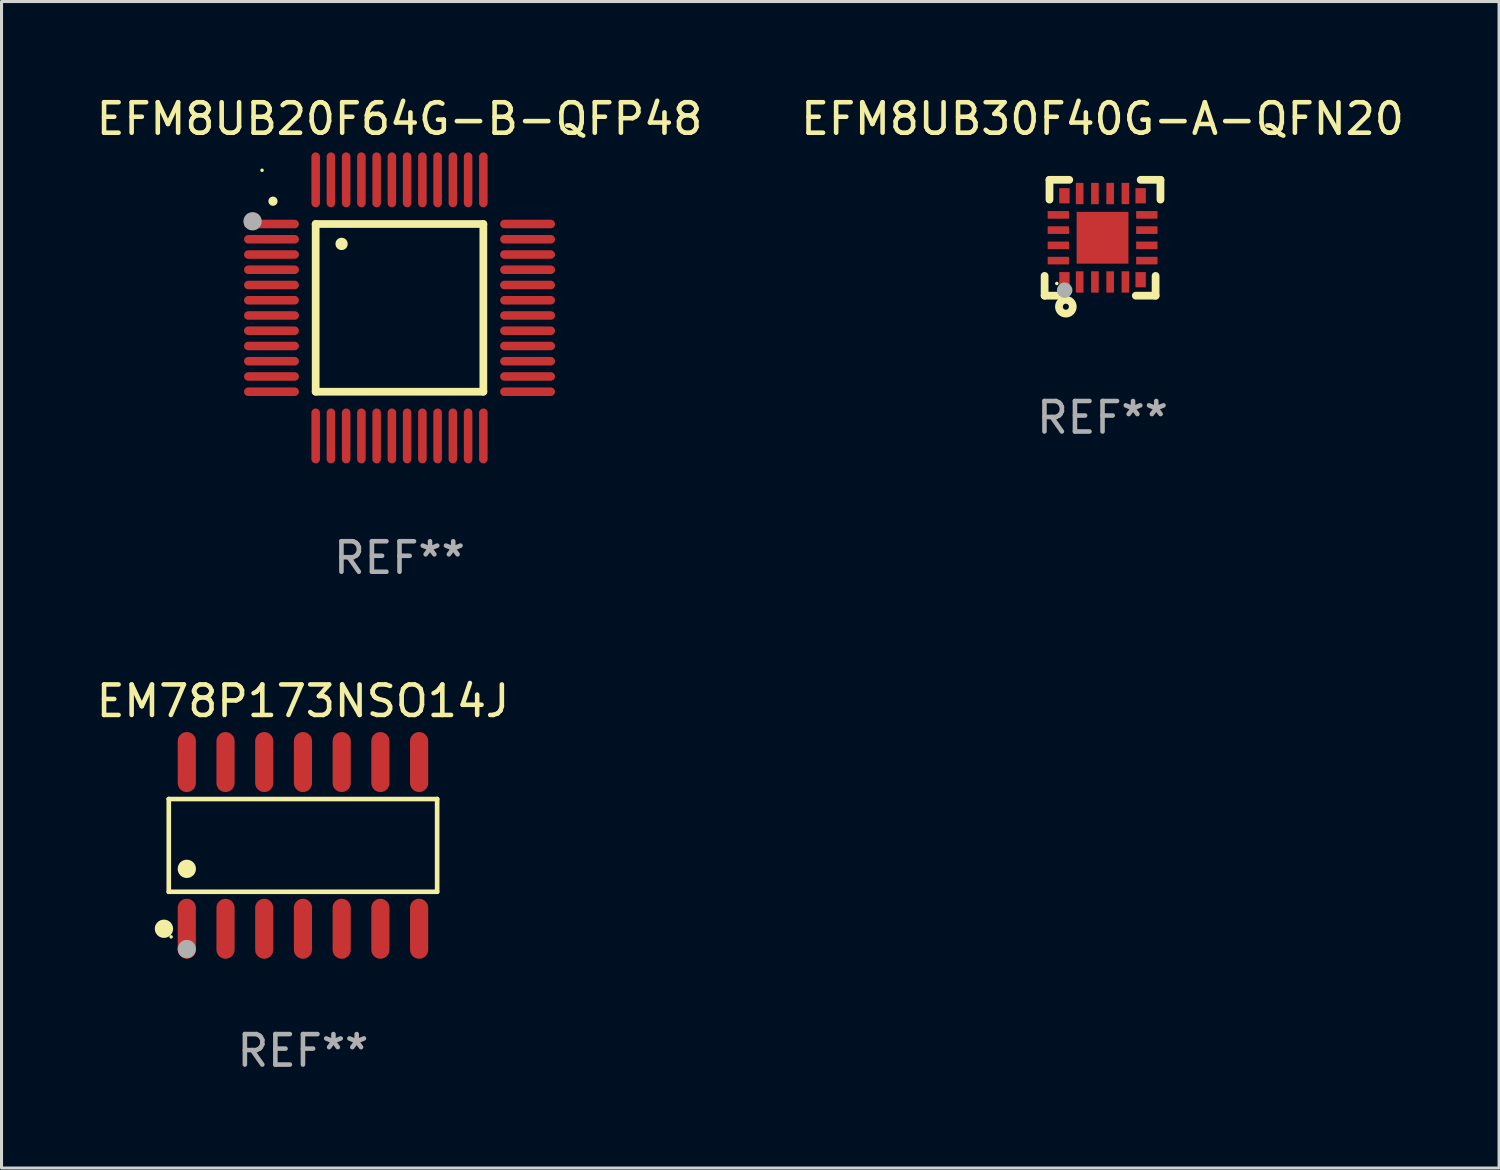
<source format=kicad_pcb>
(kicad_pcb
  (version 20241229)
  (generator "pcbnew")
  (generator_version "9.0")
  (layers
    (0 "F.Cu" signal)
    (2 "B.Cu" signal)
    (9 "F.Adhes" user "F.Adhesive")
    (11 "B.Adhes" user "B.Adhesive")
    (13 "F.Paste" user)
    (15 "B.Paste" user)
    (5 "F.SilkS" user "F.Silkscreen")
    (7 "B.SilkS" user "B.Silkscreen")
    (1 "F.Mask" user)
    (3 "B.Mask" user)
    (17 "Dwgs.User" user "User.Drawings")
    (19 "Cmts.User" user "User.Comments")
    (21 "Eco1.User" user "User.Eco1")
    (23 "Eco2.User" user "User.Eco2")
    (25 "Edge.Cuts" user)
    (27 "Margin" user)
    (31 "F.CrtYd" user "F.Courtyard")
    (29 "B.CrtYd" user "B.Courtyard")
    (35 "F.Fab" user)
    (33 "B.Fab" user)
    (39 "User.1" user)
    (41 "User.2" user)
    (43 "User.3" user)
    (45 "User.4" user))
  (footprint "EFM8UB30F40G-A-QFN20"
    (layer "F.Cu")
    (at 33.113 4.748)
    (property "Reference" "EFM8UB30F40G-A-QFN20" (at 0 -3.9 0) (layer "F.SilkS") (effects (font (size 1 1) (thickness 0.15))))
    (attr through_hole)
    (fp_line (start -1.9 1.9) (end -1.9 1.251) (stroke (width 0.254) (type solid)) (layer "F.SilkS"))
    (fp_line (start -1.9 1.9) (end -1.251 1.9) (stroke (width 0.254) (type solid)) (layer "F.SilkS"))
    (fp_line (start -1.74 -1.9) (end -1.74 -1.251) (stroke (width 0.254) (type solid)) (layer "F.SilkS"))
    (fp_line (start -1.74 -1.9) (end -1.091 -1.9) (stroke (width 0.254) (type solid)) (layer "F.SilkS"))
    (fp_line (start 1.74 1.9) (end 1.091 1.9) (stroke (width 0.254) (type solid)) (layer "F.SilkS"))
    (fp_line (start 1.74 1.9) (end 1.74 1.251) (stroke (width 0.254) (type solid)) (layer "F.SilkS"))
    (fp_line (start 1.9 -1.9) (end 1.251 -1.9) (stroke (width 0.254) (type solid)) (layer "F.SilkS"))
    (fp_line (start 1.9 -1.9) (end 1.9 -1.251) (stroke (width 0.254) (type solid)) (layer "F.SilkS"))
    (fp_circle (center -1.5 1.5) (end -1.47 1.5) (stroke (width 0.06) (type solid)) (fill no) (layer "F.SilkS"))
    (fp_circle (center -1.203 2.262) (end -1.103 2.262) (stroke (width 0.254) (type solid)) (fill no) (layer "F.SilkS"))
    (fp_circle (center -1.243 1.721) (end -1.116 1.721) (stroke (width 0.254) (type solid)) (fill no) (layer "F.Fab"))
    (fp_text user "REF**" (at 0 5.9 0) (layer "F.Fab") (effects (font (size 1 1) (thickness 0.15))))
    (pad "1" smd rect (at -1.25 1.377) (size 0.34 0.5) (layers "F.Cu" "F.Mask" "F.Paste"))
    (pad "2" smd rect (at -0.75 1.45) (size 0.25 0.7) (layers "F.Cu" "F.Mask" "F.Paste"))
    (pad "3" smd rect (at -0.25 1.45) (size 0.25 0.7) (layers "F.Cu" "F.Mask" "F.Paste"))
    (pad "4" smd rect (at 0.25 1.45) (size 0.25 0.7) (layers "F.Cu" "F.Mask" "F.Paste"))
    (pad "5" smd rect (at 0.75 1.45) (size 0.25 0.7) (layers "F.Cu" "F.Mask" "F.Paste"))
    (pad "6" smd rect (at 1.25 1.377) (size 0.34 0.5) (layers "F.Cu" "F.Mask" "F.Paste"))
    (pad "7" smd rect (at 1.453 0.75) (size 0.7 0.25) (layers "F.Cu" "F.Mask" "F.Paste"))
    (pad "8" smd rect (at 1.453 0.25) (size 0.7 0.25) (layers "F.Cu" "F.Mask" "F.Paste"))
    (pad "9" smd rect (at 1.453 -0.25) (size 0.7 0.25) (layers "F.Cu" "F.Mask" "F.Paste"))
    (pad "10" smd rect (at 1.453 -0.75) (size 0.7 0.25) (layers "F.Cu" "F.Mask" "F.Paste"))
    (pad "11" smd rect (at 1.25 -1.377) (size 0.34 0.5) (layers "F.Cu" "F.Mask" "F.Paste"))
    (pad "12" smd rect (at 0.75 -1.45) (size 0.25 0.7) (layers "F.Cu" "F.Mask" "F.Paste"))
    (pad "13" smd rect (at 0.25 -1.45) (size 0.25 0.7) (layers "F.Cu" "F.Mask" "F.Paste"))
    (pad "14" smd rect (at -0.25 -1.45) (size 0.25 0.7) (layers "F.Cu" "F.Mask" "F.Paste"))
    (pad "15" smd rect (at -0.75 -1.45) (size 0.25 0.7) (layers "F.Cu" "F.Mask" "F.Paste"))
    (pad "16" smd rect (at -1.25 -1.377) (size 0.34 0.5) (layers "F.Cu" "F.Mask" "F.Paste"))
    (pad "17" smd rect (at -1.45 -0.75) (size 0.7 0.25) (layers "F.Cu" "F.Mask" "F.Paste"))
    (pad "18" smd rect (at -1.45 -0.25) (size 0.7 0.25) (layers "F.Cu" "F.Mask" "F.Paste"))
    (pad "19" smd rect (at -1.45 0.25) (size 0.7 0.25) (layers "F.Cu" "F.Mask" "F.Paste"))
    (pad "20" smd rect (at -1.45 0.75) (size 0.7 0.25) (layers "F.Cu" "F.Mask" "F.Paste"))
    (pad "21" smd rect (at 0 0) (size 1.7 1.7) (layers "F.Cu" "F.Mask" "F.Paste")))
  (footprint "EM78P173NSO14J"
    (layer "F.Cu")
    (at 6.887 24.679)
    (property "Reference" "EM78P173NSO14J" (at 0 -4.734 0) (layer "F.SilkS") (effects (font (size 1 1) (thickness 0.15))))
    (attr through_hole)
    (fp_line (start -4.401 -1.521) (end 4.401 -1.521) (stroke (width 0.152) (type solid)) (layer "F.SilkS"))
    (fp_line (start -4.401 1.521) (end -4.401 -1.521) (stroke (width 0.152) (type solid)) (layer "F.SilkS"))
    (fp_line (start 4.401 -1.521) (end 4.401 1.521) (stroke (width 0.152) (type solid)) (layer "F.SilkS"))
    (fp_line (start 4.401 1.521) (end -4.401 1.521) (stroke (width 0.152) (type solid)) (layer "F.SilkS"))
    (fp_circle (center -4.56 2.734) (end -4.41 2.734) (stroke (width 0.3) (type solid)) (fill no) (layer "F.SilkS"))
    (fp_circle (center -4.325 3) (end -4.295 3) (stroke (width 0.06) (type solid)) (fill no) (layer "F.SilkS"))
    (fp_circle (center -3.81 0.769) (end -3.66 0.769) (stroke (width 0.3) (type solid)) (fill no) (layer "F.SilkS"))
    (fp_circle (center -3.81 3.4) (end -3.66 3.4) (stroke (width 0.3) (type solid)) (fill no) (layer "F.Fab"))
    (fp_text user "REF**" (at 0 6.734 0) (layer "F.Fab") (effects (font (size 1 1) (thickness 0.15))))
    (pad "1" smd oval (at -3.81 2.734) (size 0.595 1.968) (layers "F.Cu" "F.Mask" "F.Paste"))
    (pad "2" smd oval (at -2.54 2.734) (size 0.595 1.968) (layers "F.Cu" "F.Mask" "F.Paste"))
    (pad "3" smd oval (at -1.27 2.734) (size 0.595 1.968) (layers "F.Cu" "F.Mask" "F.Paste"))
    (pad "4" smd oval (at 0 2.734) (size 0.595 1.968) (layers "F.Cu" "F.Mask" "F.Paste"))
    (pad "5" smd oval (at 1.27 2.734) (size 0.595 1.968) (layers "F.Cu" "F.Mask" "F.Paste"))
    (pad "6" smd oval (at 2.54 2.734) (size 0.595 1.968) (layers "F.Cu" "F.Mask" "F.Paste"))
    (pad "7" smd oval (at 3.81 2.734) (size 0.595 1.968) (layers "F.Cu" "F.Mask" "F.Paste"))
    (pad "8" smd oval (at 3.81 -2.734) (size 0.595 1.968) (layers "F.Cu" "F.Mask" "F.Paste"))
    (pad "9" smd oval (at 2.54 -2.734) (size 0.595 1.968) (layers "F.Cu" "F.Mask" "F.Paste"))
    (pad "10" smd oval (at 1.27 -2.734) (size 0.595 1.968) (layers "F.Cu" "F.Mask" "F.Paste"))
    (pad "11" smd oval (at 0 -2.734) (size 0.595 1.968) (layers "F.Cu" "F.Mask" "F.Paste"))
    (pad "12" smd oval (at -1.27 -2.734) (size 0.595 1.968) (layers "F.Cu" "F.Mask" "F.Paste"))
    (pad "13" smd oval (at -2.54 -2.734) (size 0.595 1.968) (layers "F.Cu" "F.Mask" "F.Paste"))
    (pad "14" smd oval (at -3.81 -2.734) (size 0.595 1.968) (layers "F.Cu" "F.Mask" "F.Paste")))
  (footprint "EFM8UB20F64G-B-QFP48"
    (layer "F.Cu")
    (at 10.054 7.048)
    (property "Reference" "EFM8UB20F64G-B-QFP48" (at 0 -6.2 0) (layer "F.SilkS") (effects (font (size 1 1) (thickness 0.15))))
    (attr through_hole)
    (fp_line (start -2.75 -2.75) (end 2.75 -2.75) (stroke (width 0.254) (type solid)) (layer "F.SilkS"))
    (fp_line (start -2.75 2.75) (end -2.75 -2.75) (stroke (width 0.254) (type solid)) (layer "F.SilkS"))
    (fp_line (start 2.75 -2.75) (end 2.75 2.75) (stroke (width 0.254) (type solid)) (layer "F.SilkS"))
    (fp_line (start 2.75 2.75) (end -2.75 2.75) (stroke (width 0.254) (type solid)) (layer "F.SilkS"))
    (fp_arc (start -4.150368 -3.497587) (mid -4.150373 -3.498857) (end -4.150368 -3.500127) (stroke (width 0.3) (type solid)) (layer "F.SilkS"))
    (fp_arc (start -1.899924 -2.095504) (mid -1.89994 -2.098044) (end -1.899924 -2.100584) (stroke (width 0.4) (type solid)) (layer "F.SilkS"))
    (fp_circle (center -4.509 -4.513) (end -4.479 -4.513) (stroke (width 0.06) (type solid)) (fill no) (layer "F.SilkS"))
    (fp_circle (center -4.82 -2.84) (end -4.67 -2.84) (stroke (width 0.3) (type solid)) (fill no) (layer "F.Fab"))
    (fp_text user "REF**" (at 0 8.2 0) (layer "F.Fab") (effects (font (size 1 1) (thickness 0.15))))
    (pad "1" smd oval (at -4.2 -2.75 90) (size 0.28 1.8) (layers "F.Cu" "F.Mask" "F.Paste"))
    (pad "2" smd oval (at -4.2 -2.25 90) (size 0.28 1.8) (layers "F.Cu" "F.Mask" "F.Paste"))
    (pad "3" smd oval (at -4.2 -1.75 90) (size 0.28 1.8) (layers "F.Cu" "F.Mask" "F.Paste"))
    (pad "4" smd oval (at -4.2 -1.25 90) (size 0.28 1.8) (layers "F.Cu" "F.Mask" "F.Paste"))
    (pad "5" smd oval (at -4.2 -0.75 90) (size 0.28 1.8) (layers "F.Cu" "F.Mask" "F.Paste"))
    (pad "6" smd oval (at -4.2 -0.25 90) (size 0.28 1.8) (layers "F.Cu" "F.Mask" "F.Paste"))
    (pad "7" smd oval (at -4.2 0.25 90) (size 0.28 1.8) (layers "F.Cu" "F.Mask" "F.Paste"))
    (pad "8" smd oval (at -4.2 0.75 90) (size 0.28 1.8) (layers "F.Cu" "F.Mask" "F.Paste"))
    (pad "9" smd oval (at -4.2 1.25 90) (size 0.28 1.8) (layers "F.Cu" "F.Mask" "F.Paste"))
    (pad "10" smd oval (at -4.2 1.75 90) (size 0.28 1.8) (layers "F.Cu" "F.Mask" "F.Paste"))
    (pad "11" smd oval (at -4.2 2.25 90) (size 0.28 1.8) (layers "F.Cu" "F.Mask" "F.Paste"))
    (pad "12" smd oval (at -4.2 2.75 90) (size 0.28 1.8) (layers "F.Cu" "F.Mask" "F.Paste"))
    (pad "13" smd oval (at -2.75 4.2) (size 0.28 1.8) (layers "F.Cu" "F.Mask" "F.Paste"))
    (pad "14" smd oval (at -2.25 4.2) (size 0.28 1.8) (layers "F.Cu" "F.Mask" "F.Paste"))
    (pad "15" smd oval (at -1.75 4.2) (size 0.28 1.8) (layers "F.Cu" "F.Mask" "F.Paste"))
    (pad "16" smd oval (at -1.25 4.2) (size 0.28 1.8) (layers "F.Cu" "F.Mask" "F.Paste"))
    (pad "17" smd oval (at -0.75 4.2) (size 0.28 1.8) (layers "F.Cu" "F.Mask" "F.Paste"))
    (pad "18" smd oval (at -0.25 4.2) (size 0.28 1.8) (layers "F.Cu" "F.Mask" "F.Paste"))
    (pad "19" smd oval (at 0.25 4.2) (size 0.28 1.8) (layers "F.Cu" "F.Mask" "F.Paste"))
    (pad "20" smd oval (at 0.75 4.2) (size 0.28 1.8) (layers "F.Cu" "F.Mask" "F.Paste"))
    (pad "21" smd oval (at 1.25 4.2) (size 0.28 1.8) (layers "F.Cu" "F.Mask" "F.Paste"))
    (pad "22" smd oval (at 1.75 4.2) (size 0.28 1.8) (layers "F.Cu" "F.Mask" "F.Paste"))
    (pad "23" smd oval (at 2.25 4.2) (size 0.28 1.8) (layers "F.Cu" "F.Mask" "F.Paste"))
    (pad "24" smd oval (at 2.75 4.2) (size 0.28 1.8) (layers "F.Cu" "F.Mask" "F.Paste"))
    (pad "25" smd oval (at 4.2 2.75 90) (size 0.28 1.8) (layers "F.Cu" "F.Mask" "F.Paste"))
    (pad "26" smd oval (at 4.2 2.25 90) (size 0.28 1.8) (layers "F.Cu" "F.Mask" "F.Paste"))
    (pad "27" smd oval (at 4.2 1.75 90) (size 0.28 1.8) (layers "F.Cu" "F.Mask" "F.Paste"))
    (pad "28" smd oval (at 4.2 1.25 90) (size 0.28 1.8) (layers "F.Cu" "F.Mask" "F.Paste"))
    (pad "29" smd oval (at 4.2 0.75 90) (size 0.28 1.8) (layers "F.Cu" "F.Mask" "F.Paste"))
    (pad "30" smd oval (at 4.2 0.25 90) (size 0.28 1.8) (layers "F.Cu" "F.Mask" "F.Paste"))
    (pad "31" smd oval (at 4.2 -0.25 90) (size 0.28 1.8) (layers "F.Cu" "F.Mask" "F.Paste"))
    (pad "32" smd oval (at 4.2 -0.75 90) (size 0.28 1.8) (layers "F.Cu" "F.Mask" "F.Paste"))
    (pad "33" smd oval (at 4.2 -1.25 90) (size 0.28 1.8) (layers "F.Cu" "F.Mask" "F.Paste"))
    (pad "34" smd oval (at 4.2 -1.75 90) (size 0.28 1.8) (layers "F.Cu" "F.Mask" "F.Paste"))
    (pad "35" smd oval (at 4.2 -2.25 90) (size 0.28 1.8) (layers "F.Cu" "F.Mask" "F.Paste"))
    (pad "36" smd oval (at 4.2 -2.75 90) (size 0.28 1.8) (layers "F.Cu" "F.Mask" "F.Paste"))
    (pad "37" smd oval (at 2.75 -4.2) (size 0.28 1.8) (layers "F.Cu" "F.Mask" "F.Paste"))
    (pad "38" smd oval (at 2.25 -4.2) (size 0.28 1.8) (layers "F.Cu" "F.Mask" "F.Paste"))
    (pad "39" smd oval (at 1.75 -4.2) (size 0.28 1.8) (layers "F.Cu" "F.Mask" "F.Paste"))
    (pad "40" smd oval (at 1.25 -4.2) (size 0.28 1.8) (layers "F.Cu" "F.Mask" "F.Paste"))
    (pad "41" smd oval (at 0.75 -4.2) (size 0.28 1.8) (layers "F.Cu" "F.Mask" "F.Paste"))
    (pad "42" smd oval (at 0.25 -4.2) (size 0.28 1.8) (layers "F.Cu" "F.Mask" "F.Paste"))
    (pad "43" smd oval (at -0.25 -4.2) (size 0.28 1.8) (layers "F.Cu" "F.Mask" "F.Paste"))
    (pad "44" smd oval (at -0.75 -4.2) (size 0.28 1.8) (layers "F.Cu" "F.Mask" "F.Paste"))
    (pad "45" smd oval (at -1.25 -4.2) (size 0.28 1.8) (layers "F.Cu" "F.Mask" "F.Paste"))
    (pad "46" smd oval (at -1.75 -4.2) (size 0.28 1.8) (layers "F.Cu" "F.Mask" "F.Paste"))
    (pad "47" smd oval (at -2.25 -4.2) (size 0.28 1.8) (layers "F.Cu" "F.Mask" "F.Paste"))
    (pad "48" smd oval (at -2.75 -4.2) (size 0.28 1.8) (layers "F.Cu" "F.Mask" "F.Paste")))
  (gr_rect
    (start -3 -3)
    (end 46.119 35.261)
    (stroke (width 0.1) (type default))
    (fill no)
    (layer "Edge.Cuts")))
</source>
